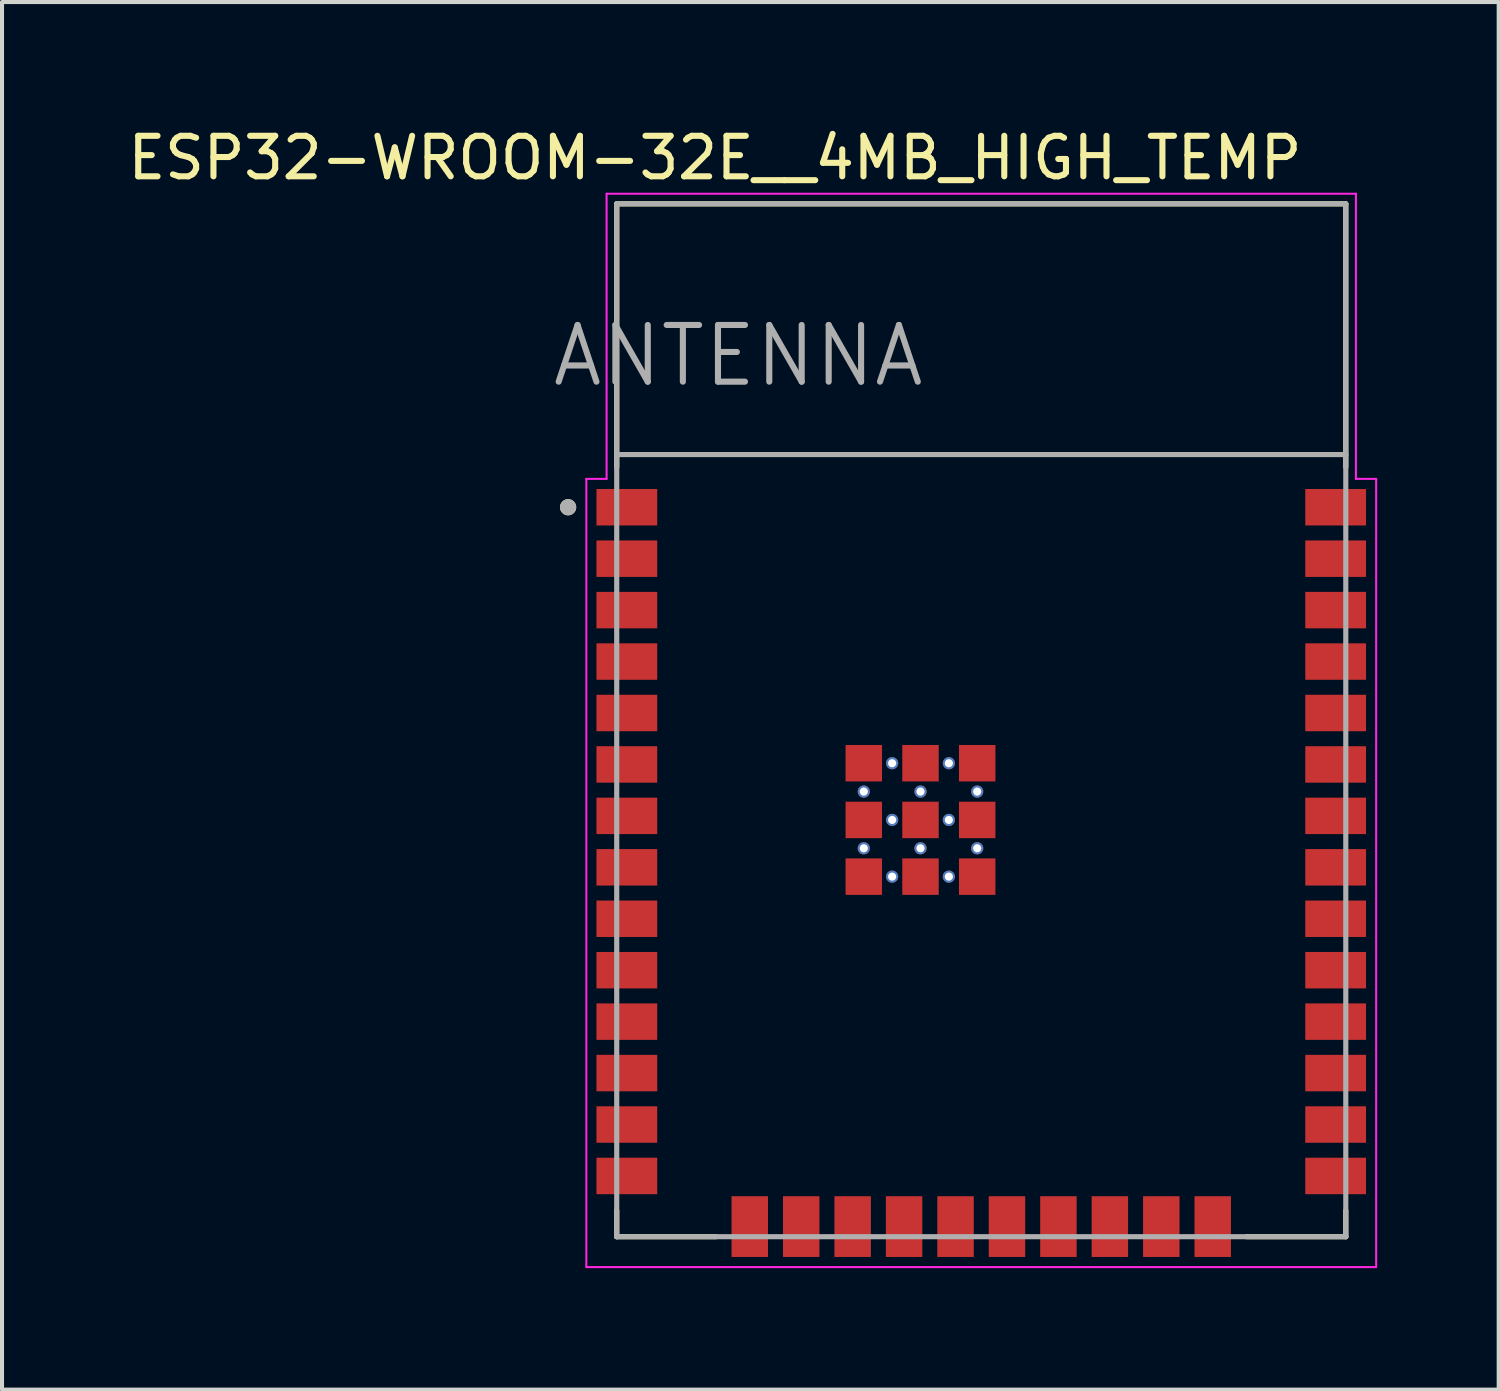
<source format=kicad_pcb>
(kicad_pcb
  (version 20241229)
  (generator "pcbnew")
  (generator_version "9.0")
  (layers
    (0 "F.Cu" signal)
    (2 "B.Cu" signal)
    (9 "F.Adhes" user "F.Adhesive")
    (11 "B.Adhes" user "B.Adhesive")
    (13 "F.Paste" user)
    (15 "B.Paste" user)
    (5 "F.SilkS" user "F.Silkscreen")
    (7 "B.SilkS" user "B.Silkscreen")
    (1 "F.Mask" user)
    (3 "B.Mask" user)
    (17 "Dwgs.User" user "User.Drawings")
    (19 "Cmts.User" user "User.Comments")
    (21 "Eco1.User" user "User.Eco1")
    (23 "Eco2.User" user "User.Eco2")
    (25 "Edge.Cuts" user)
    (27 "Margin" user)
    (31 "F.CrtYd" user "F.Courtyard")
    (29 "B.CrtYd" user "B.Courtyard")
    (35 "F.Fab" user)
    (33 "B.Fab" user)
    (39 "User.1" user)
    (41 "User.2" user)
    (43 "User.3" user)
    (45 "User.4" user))
  (footprint "ESP32-WROOM-32E__4MB_HIGH_TEMP"
    (layer "F.Cu")
    (at 21.176 14.733)
    (property "Reference" "ESP32-WROOM-32E__4MB_HIGH_TEMP" (at -6.575 -13.885 0) (layer "F.SilkS") (effects (font (size 1 1) (thickness 0.15))))
    (attr smd)
    (fp_line (start -9 -12.75) (end 9 -12.75) (stroke (width 0.127) (type solid)) (layer "F.SilkS"))
    (fp_line (start -9 -6.25) (end -9 -12.75) (stroke (width 0.127) (type solid)) (layer "F.SilkS"))
    (fp_line (start -9 12.1) (end -9 12.75) (stroke (width 0.127) (type solid)) (layer "F.SilkS"))
    (fp_line (start -9 12.75) (end -6.55 12.75) (stroke (width 0.127) (type solid)) (layer "F.SilkS"))
    (fp_line (start 6.55 12.75) (end 9 12.75) (stroke (width 0.127) (type solid)) (layer "F.SilkS"))
    (fp_line (start 9 -12.75) (end 9 -6.25) (stroke (width 0.127) (type solid)) (layer "F.SilkS"))
    (fp_line (start 9 12.75) (end 9 12.1) (stroke (width 0.127) (type solid)) (layer "F.SilkS"))
    (fp_circle (center -10.2 -5.26) (end -10.1 -5.26) (stroke (width 0.2) (type solid)) (fill no) (layer "F.SilkS"))
    (fp_line (start -9.75 -5.96) (end -9.25 -5.96) (stroke (width 0.05) (type solid)) (layer "F.CrtYd"))
    (fp_line (start -9.75 13.5) (end -9.75 -5.96) (stroke (width 0.05) (type solid)) (layer "F.CrtYd"))
    (fp_line (start -9.25 -13) (end 9.25 -13) (stroke (width 0.05) (type solid)) (layer "F.CrtYd"))
    (fp_line (start -9.25 -5.96) (end -9.25 -13) (stroke (width 0.05) (type solid)) (layer "F.CrtYd"))
    (fp_line (start 9.25 -13) (end 9.25 -5.96) (stroke (width 0.05) (type solid)) (layer "F.CrtYd"))
    (fp_line (start 9.25 -5.96) (end 9.75 -5.96) (stroke (width 0.05) (type solid)) (layer "F.CrtYd"))
    (fp_line (start 9.75 -5.96) (end 9.75 13.5) (stroke (width 0.05) (type solid)) (layer "F.CrtYd"))
    (fp_line (start 9.75 13.5) (end -9.75 13.5) (stroke (width 0.05) (type solid)) (layer "F.CrtYd"))
    (fp_line (start -9 -12.75) (end -9 -6.56) (stroke (width 0.127) (type solid)) (layer "F.Fab"))
    (fp_line (start -9 -12.75) (end 9 -12.75) (stroke (width 0.127) (type solid)) (layer "F.Fab"))
    (fp_line (start -9 -6.56) (end 9 -6.56) (stroke (width 0.127) (type solid)) (layer "F.Fab"))
    (fp_line (start -9 12.75) (end -9 -6.56) (stroke (width 0.127) (type solid)) (layer "F.Fab"))
    (fp_line (start 9 -12.75) (end 9 -6.56) (stroke (width 0.127) (type solid)) (layer "F.Fab"))
    (fp_line (start 9 -6.56) (end 9 12.75) (stroke (width 0.127) (type solid)) (layer "F.Fab"))
    (fp_line (start 9 12.75) (end -9 12.75) (stroke (width 0.127) (type solid)) (layer "F.Fab"))
    (fp_circle (center -10.2 -5.26) (end -10.1 -5.26) (stroke (width 0.2) (type solid)) (fill no) (layer "F.Fab"))
    (fp_text user "ANTENNA" (at -6 -9 0) (layer "F.Fab") (effects (font (size 1.4 1.4) (thickness 0.15))))
    (pad "1" smd rect (at -8.75 -5.26) (size 1.5 0.9) (layers "F.Cu" "F.Mask" "F.Paste"))
    (pad "2" smd rect (at -8.75 -3.99) (size 1.5 0.9) (layers "F.Cu" "F.Mask" "F.Paste"))
    (pad "3" smd rect (at -8.75 -2.72) (size 1.5 0.9) (layers "F.Cu" "F.Mask" "F.Paste"))
    (pad "4" smd rect (at -8.75 -1.45) (size 1.5 0.9) (layers "F.Cu" "F.Mask" "F.Paste"))
    (pad "5" smd rect (at -8.75 -0.18) (size 1.5 0.9) (layers "F.Cu" "F.Mask" "F.Paste"))
    (pad "6" smd rect (at -8.75 1.09) (size 1.5 0.9) (layers "F.Cu" "F.Mask" "F.Paste"))
    (pad "7" smd rect (at -8.75 2.36) (size 1.5 0.9) (layers "F.Cu" "F.Mask" "F.Paste"))
    (pad "8" smd rect (at -8.75 3.63) (size 1.5 0.9) (layers "F.Cu" "F.Mask" "F.Paste"))
    (pad "9" smd rect (at -8.75 4.9) (size 1.5 0.9) (layers "F.Cu" "F.Mask" "F.Paste"))
    (pad "10" smd rect (at -8.75 6.17) (size 1.5 0.9) (layers "F.Cu" "F.Mask" "F.Paste"))
    (pad "11" smd rect (at -8.75 7.44) (size 1.5 0.9) (layers "F.Cu" "F.Mask" "F.Paste"))
    (pad "12" smd rect (at -8.75 8.71) (size 1.5 0.9) (layers "F.Cu" "F.Mask" "F.Paste"))
    (pad "13" smd rect (at -8.75 9.98) (size 1.5 0.9) (layers "F.Cu" "F.Mask" "F.Paste"))
    (pad "14" smd rect (at -8.75 11.25) (size 1.5 0.9) (layers "F.Cu" "F.Mask" "F.Paste"))
    (pad "15" smd rect (at -5.715 12.5) (size 0.9 1.5) (layers "F.Cu" "F.Mask" "F.Paste"))
    (pad "16" smd rect (at -4.445 12.5) (size 0.9 1.5) (layers "F.Cu" "F.Mask" "F.Paste"))
    (pad "17" smd rect (at -3.175 12.5) (size 0.9 1.5) (layers "F.Cu" "F.Mask" "F.Paste"))
    (pad "18" smd rect (at -1.905 12.5) (size 0.9 1.5) (layers "F.Cu" "F.Mask" "F.Paste"))
    (pad "19" smd rect (at -0.635 12.5) (size 0.9 1.5) (layers "F.Cu" "F.Mask" "F.Paste"))
    (pad "20" smd rect (at 0.635 12.5) (size 0.9 1.5) (layers "F.Cu" "F.Mask" "F.Paste"))
    (pad "21" smd rect (at 1.905 12.5) (size 0.9 1.5) (layers "F.Cu" "F.Mask" "F.Paste"))
    (pad "22" smd rect (at 3.175 12.5) (size 0.9 1.5) (layers "F.Cu" "F.Mask" "F.Paste"))
    (pad "23" smd rect (at 4.445 12.5) (size 0.9 1.5) (layers "F.Cu" "F.Mask" "F.Paste"))
    (pad "24" smd rect (at 5.715 12.5) (size 0.9 1.5) (layers "F.Cu" "F.Mask" "F.Paste"))
    (pad "25" smd rect (at 8.75 11.25) (size 1.5 0.9) (layers "F.Cu" "F.Mask" "F.Paste"))
    (pad "26" smd rect (at 8.75 9.98) (size 1.5 0.9) (layers "F.Cu" "F.Mask" "F.Paste"))
    (pad "27" smd rect (at 8.75 8.71) (size 1.5 0.9) (layers "F.Cu" "F.Mask" "F.Paste"))
    (pad "28" smd rect (at 8.75 7.44) (size 1.5 0.9) (layers "F.Cu" "F.Mask" "F.Paste"))
    (pad "29" smd rect (at 8.75 6.17) (size 1.5 0.9) (layers "F.Cu" "F.Mask" "F.Paste"))
    (pad "30" smd rect (at 8.75 4.9) (size 1.5 0.9) (layers "F.Cu" "F.Mask" "F.Paste"))
    (pad "31" smd rect (at 8.75 3.63) (size 1.5 0.9) (layers "F.Cu" "F.Mask" "F.Paste"))
    (pad "32" smd rect (at 8.75 2.36) (size 1.5 0.9) (layers "F.Cu" "F.Mask" "F.Paste"))
    (pad "33" smd rect (at 8.75 1.09) (size 1.5 0.9) (layers "F.Cu" "F.Mask" "F.Paste"))
    (pad "34" smd rect (at 8.75 -0.18) (size 1.5 0.9) (layers "F.Cu" "F.Mask" "F.Paste"))
    (pad "35" smd rect (at 8.75 -1.45) (size 1.5 0.9) (layers "F.Cu" "F.Mask" "F.Paste"))
    (pad "36" smd rect (at 8.75 -2.72) (size 1.5 0.9) (layers "F.Cu" "F.Mask" "F.Paste"))
    (pad "37" smd rect (at 8.75 -3.99) (size 1.5 0.9) (layers "F.Cu" "F.Mask" "F.Paste"))
    (pad "38" smd rect (at 8.75 -5.26) (size 1.5 0.9) (layers "F.Cu" "F.Mask" "F.Paste"))
    (pad "39_1" smd rect (at -2.9 1.06) (size 0.9 0.9) (layers "F.Cu" "F.Mask" "F.Paste"))
    (pad "39_2" smd rect (at -1.5 1.06) (size 0.9 0.9) (layers "F.Cu" "F.Mask" "F.Paste"))
    (pad "39_3" smd rect (at -0.1 1.06) (size 0.9 0.9) (layers "F.Cu" "F.Mask" "F.Paste"))
    (pad "39_4" smd rect (at -2.9 2.46) (size 0.9 0.9) (layers "F.Cu" "F.Mask" "F.Paste"))
    (pad "39_5" smd rect (at -1.5 2.46) (size 0.9 0.9) (layers "F.Cu" "F.Mask" "F.Paste"))
    (pad "39_6" smd rect (at -0.1 2.46) (size 0.9 0.9) (layers "F.Cu" "F.Mask" "F.Paste"))
    (pad "39_7" smd rect (at -2.9 3.86) (size 0.9 0.9) (layers "F.Cu" "F.Mask" "F.Paste"))
    (pad "39_8" smd rect (at -1.5 3.86) (size 0.9 0.9) (layers "F.Cu" "F.Mask" "F.Paste"))
    (pad "39_9" smd rect (at -0.1 3.86) (size 0.9 0.9) (layers "F.Cu" "F.Mask" "F.Paste"))
    (pad "39_10" thru_hole circle (at -2.2 1.06) (size 0.3 0.3) (drill 0.2) (layers "*.Cu"))
    (pad "39_11" thru_hole circle (at -0.8 1.06) (size 0.3 0.3) (drill 0.2) (layers "*.Cu"))
    (pad "39_12" thru_hole circle (at -2.9 1.76) (size 0.3 0.3) (drill 0.2) (layers "*.Cu"))
    (pad "39_13" thru_hole circle (at -1.5 1.76) (size 0.3 0.3) (drill 0.2) (layers "*.Cu"))
    (pad "39_14" thru_hole circle (at -0.1 1.76) (size 0.3 0.3) (drill 0.2) (layers "*.Cu"))
    (pad "39_15" thru_hole circle (at -2.2 2.46) (size 0.3 0.3) (drill 0.2) (layers "*.Cu"))
    (pad "39_16" thru_hole circle (at -0.8 2.46) (size 0.3 0.3) (drill 0.2) (layers "*.Cu"))
    (pad "39_17" thru_hole circle (at -2.9 3.16) (size 0.3 0.3) (drill 0.2) (layers "*.Cu"))
    (pad "39_18" thru_hole circle (at -1.5 3.16) (size 0.3 0.3) (drill 0.2) (layers "*.Cu"))
    (pad "39_19" thru_hole circle (at -0.1 3.16) (size 0.3 0.3) (drill 0.2) (layers "*.Cu"))
    (pad "39_20" thru_hole circle (at -2.2 3.86) (size 0.3 0.3) (drill 0.2) (layers "*.Cu"))
    (pad "39_21" thru_hole circle (at -0.8 3.86) (size 0.3 0.3) (drill 0.2) (layers "*.Cu"))
    (zone (net_name "") (layer "F.Cu") (hatch full 0.508) (connect_pads) (min_thickness 0.01) (filled_areas_thickness no) (keepout (tracks not_allowed) (vias not_allowed) (pads not_allowed) (copperpour not_allowed) (footprints allowed)) (placement (enabled no)) (fill) (polygon (pts (xy 12.176 1.983) (xy 30.176 1.983) (xy 30.176 8.173) (xy 12.176 8.173))))
    (zone (net_name "") (layers "F.Cu" "B.Cu") (hatch full 0.508) (connect_pads) (min_thickness 0.01) (filled_areas_thickness no) (keepout (tracks allowed) (vias not_allowed) (pads allowed) (copperpour allowed) (footprints allowed)) (placement (enabled no)) (fill) (polygon (pts (xy 12.176 1.983) (xy 30.176 1.983) (xy 30.176 8.173) (xy 12.176 8.173)))))
  (gr_rect
    (start -3 -3)
    (end 33.951 31.258)
    (stroke (width 0.1) (type default))
    (fill no)
    (layer "Edge.Cuts")))
</source>
